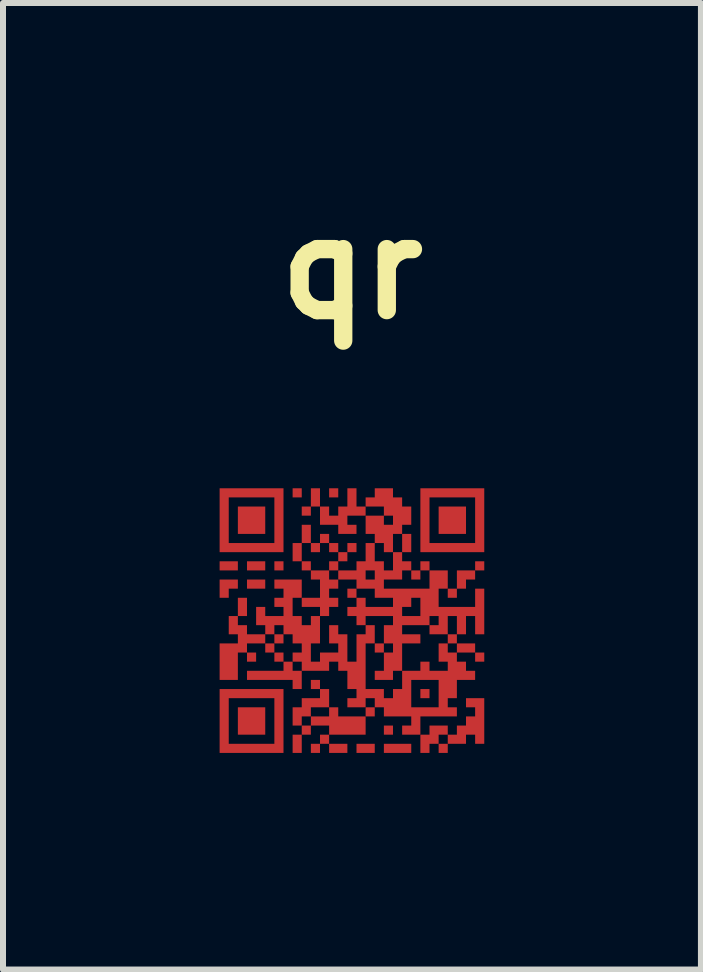
<source format=kicad_pcb>
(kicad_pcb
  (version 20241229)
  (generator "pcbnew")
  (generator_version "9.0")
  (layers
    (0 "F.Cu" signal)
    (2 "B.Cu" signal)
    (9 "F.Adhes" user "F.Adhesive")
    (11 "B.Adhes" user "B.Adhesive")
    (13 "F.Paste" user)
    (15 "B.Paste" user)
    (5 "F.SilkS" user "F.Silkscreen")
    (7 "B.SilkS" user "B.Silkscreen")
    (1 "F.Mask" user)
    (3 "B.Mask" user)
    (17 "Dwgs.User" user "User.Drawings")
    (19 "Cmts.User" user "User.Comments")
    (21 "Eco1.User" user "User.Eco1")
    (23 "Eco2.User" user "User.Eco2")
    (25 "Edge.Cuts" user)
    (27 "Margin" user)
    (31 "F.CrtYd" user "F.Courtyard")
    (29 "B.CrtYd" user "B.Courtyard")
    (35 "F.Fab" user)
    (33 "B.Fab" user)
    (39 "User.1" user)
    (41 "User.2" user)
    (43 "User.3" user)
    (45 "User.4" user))
  (footprint "qr"
    (layer "F.Cu")
    (at 2.812 7.287)
    (property "Reference" "qr" (at 0 -5.861 0) (layer "F.SilkS") (effects (font (size 1.524 1.524) (thickness 0.305))))
    (attr exclude_from_pos_files exclude_from_bom)
    (fp_poly (pts (xy -1.9 -0.836) (xy -2.204 -0.836) (xy -2.204 -0.988) (xy -1.9 -0.988) (xy -1.9 -0.836)) (stroke (width 0) (type solid)) (fill yes) (layer "F.Cu"))
    (fp_poly (pts (xy -1.748 -0.076) (xy -1.9 -0.076) (xy -1.9 -0.38) (xy -1.748 -0.38) (xy -1.748 -0.076)) (stroke (width 0) (type solid)) (fill yes) (layer "F.Cu"))
    (fp_poly (pts (xy -1.596 0.684) (xy -1.748 0.684) (xy -1.748 0.532) (xy -1.596 0.532) (xy -1.596 0.684)) (stroke (width 0) (type solid)) (fill yes) (layer "F.Cu"))
    (fp_poly (pts (xy -1.444 -1.444) (xy -1.9 -1.444) (xy -1.9 -1.9) (xy -1.444 -1.9) (xy -1.444 -1.444)) (stroke (width 0) (type solid)) (fill yes) (layer "F.Cu"))
    (fp_poly (pts (xy -1.444 -0.836) (xy -1.748 -0.836) (xy -1.748 -0.988) (xy -1.444 -0.988) (xy -1.444 -0.836)) (stroke (width 0) (type solid)) (fill yes) (layer "F.Cu"))
    (fp_poly (pts (xy -1.444 -0.532) (xy -1.748 -0.532) (xy -1.748 -0.684) (xy -1.444 -0.684) (xy -1.444 -0.532)) (stroke (width 0) (type solid)) (fill yes) (layer "F.Cu"))
    (fp_poly (pts (xy -1.444 1.9) (xy -1.9 1.9) (xy -1.9 1.444) (xy -1.444 1.444) (xy -1.444 1.9)) (stroke (width 0) (type solid)) (fill yes) (layer "F.Cu"))
    (fp_poly (pts (xy -1.292 0.532) (xy -1.444 0.532) (xy -1.444 0.38) (xy -1.292 0.38) (xy -1.292 0.532)) (stroke (width 0) (type solid)) (fill yes) (layer "F.Cu"))
    (fp_poly (pts (xy -1.14 -0.836) (xy -1.292 -0.836) (xy -1.292 -0.988) (xy -1.14 -0.988) (xy -1.14 -0.836)) (stroke (width 0) (type solid)) (fill yes) (layer "F.Cu"))
    (fp_poly (pts (xy -1.14 0.38) (xy -1.292 0.38) (xy -1.292 0.228) (xy -1.14 0.228) (xy -1.14 0.38)) (stroke (width 0) (type solid)) (fill yes) (layer "F.Cu"))
    (fp_poly (pts (xy -1.14 0.684) (xy -1.292 0.684) (xy -1.292 0.532) (xy -1.14 0.532) (xy -1.14 0.684)) (stroke (width 0) (type solid)) (fill yes) (layer "F.Cu"))
    (fp_poly (pts (xy -0.836 -2.052) (xy -0.988 -2.052) (xy -0.988 -2.204) (xy -0.836 -2.204) (xy -0.836 -2.052)) (stroke (width 0) (type solid)) (fill yes) (layer "F.Cu"))
    (fp_poly (pts (xy -0.836 -0.988) (xy -0.988 -0.988) (xy -0.988 -1.292) (xy -0.836 -1.292) (xy -0.836 -0.988)) (stroke (width 0) (type solid)) (fill yes) (layer "F.Cu"))
    (fp_poly (pts (xy -0.836 2.204) (xy -0.988 2.204) (xy -0.988 1.9) (xy -0.836 1.9) (xy -0.836 2.204)) (stroke (width 0) (type solid)) (fill yes) (layer "F.Cu"))
    (fp_poly (pts (xy -0.684 -1.748) (xy -0.836 -1.748) (xy -0.836 -1.9) (xy -0.684 -1.9) (xy -0.684 -1.748)) (stroke (width 0) (type solid)) (fill yes) (layer "F.Cu"))
    (fp_poly (pts (xy -0.684 -1.292) (xy -0.836 -1.292) (xy -0.836 -1.596) (xy -0.684 -1.596) (xy -0.684 -1.292)) (stroke (width 0) (type solid)) (fill yes) (layer "F.Cu"))
    (fp_poly (pts (xy -0.684 -0.836) (xy -0.836 -0.836) (xy -0.836 -0.988) (xy -0.684 -0.988) (xy -0.684 -0.836)) (stroke (width 0) (type solid)) (fill yes) (layer "F.Cu"))
    (fp_poly (pts (xy -0.684 1.9) (xy -0.836 1.9) (xy -0.836 1.748) (xy -0.684 1.748) (xy -0.684 1.9)) (stroke (width 0) (type solid)) (fill yes) (layer "F.Cu"))
    (fp_poly (pts (xy -0.532 -1.9) (xy -0.684 -1.9) (xy -0.684 -2.204) (xy -0.532 -2.204) (xy -0.532 -1.9)) (stroke (width 0) (type solid)) (fill yes) (layer "F.Cu"))
    (fp_poly (pts (xy -0.532 -1.14) (xy -0.684 -1.14) (xy -0.684 -1.292) (xy -0.532 -1.292) (xy -0.532 -1.14)) (stroke (width 0) (type solid)) (fill yes) (layer "F.Cu"))
    (fp_poly (pts (xy -0.532 1.14) (xy -0.684 1.14) (xy -0.684 0.988) (xy -0.532 0.988) (xy -0.532 1.14)) (stroke (width 0) (type solid)) (fill yes) (layer "F.Cu"))
    (fp_poly (pts (xy -0.532 2.204) (xy -0.684 2.204) (xy -0.684 2.052) (xy -0.532 2.052) (xy -0.532 2.204)) (stroke (width 0) (type solid)) (fill yes) (layer "F.Cu"))
    (fp_poly (pts (xy -0.38 -1.292) (xy -0.532 -1.292) (xy -0.532 -1.444) (xy -0.38 -1.444) (xy -0.38 -1.292)) (stroke (width 0) (type solid)) (fill yes) (layer "F.Cu"))
    (fp_poly (pts (xy -0.38 2.052) (xy -0.532 2.052) (xy -0.532 1.9) (xy -0.38 1.9) (xy -0.38 2.052)) (stroke (width 0) (type solid)) (fill yes) (layer "F.Cu"))
    (fp_poly (pts (xy -0.228 -2.052) (xy -0.38 -2.052) (xy -0.38 -2.204) (xy -0.228 -2.204) (xy -0.228 -2.052)) (stroke (width 0) (type solid)) (fill yes) (layer "F.Cu"))
    (fp_poly (pts (xy -0.228 -1.14) (xy -0.38 -1.14) (xy -0.38 -1.292) (xy -0.228 -1.292) (xy -0.228 -1.14)) (stroke (width 0) (type solid)) (fill yes) (layer "F.Cu"))
    (fp_poly (pts (xy -0.228 -0.836) (xy -0.38 -0.836) (xy -0.38 -0.988) (xy -0.228 -0.988) (xy -0.228 -0.836)) (stroke (width 0) (type solid)) (fill yes) (layer "F.Cu"))
    (fp_poly (pts (xy -0.076 -0.988) (xy -0.228 -0.988) (xy -0.228 -1.14) (xy -0.076 -1.14) (xy -0.076 -0.988)) (stroke (width 0) (type solid)) (fill yes) (layer "F.Cu"))
    (fp_poly (pts (xy -0.076 2.204) (xy -0.38 2.204) (xy -0.38 2.052) (xy -0.076 2.052) (xy -0.076 2.204)) (stroke (width 0) (type solid)) (fill yes) (layer "F.Cu"))
    (fp_poly (pts (xy 0.076 -1.14) (xy -0.076 -1.14) (xy -0.076 -1.292) (xy 0.076 -1.292) (xy 0.076 -1.14)) (stroke (width 0) (type solid)) (fill yes) (layer "F.Cu"))
    (fp_poly (pts (xy 0.076 -0.38) (xy -0.076 -0.38) (xy -0.076 -0.532) (xy 0.076 -0.532) (xy 0.076 -0.38)) (stroke (width 0) (type solid)) (fill yes) (layer "F.Cu"))
    (fp_poly (pts (xy 0.38 1.596) (xy 0.228 1.596) (xy 0.228 1.444) (xy 0.38 1.444) (xy 0.38 1.596)) (stroke (width 0) (type solid)) (fill yes) (layer "F.Cu"))
    (fp_poly (pts (xy 0.38 2.204) (xy 0.076 2.204) (xy 0.076 2.052) (xy 0.38 2.052) (xy 0.38 2.204)) (stroke (width 0) (type solid)) (fill yes) (layer "F.Cu"))
    (fp_poly (pts (xy 0.532 0.532) (xy 0.38 0.532) (xy 0.38 0.38) (xy 0.532 0.38) (xy 0.532 0.532)) (stroke (width 0) (type solid)) (fill yes) (layer "F.Cu"))
    (fp_poly (pts (xy 0.684 1.9) (xy 0.532 1.9) (xy 0.532 1.748) (xy 0.684 1.748) (xy 0.684 1.9)) (stroke (width 0) (type solid)) (fill yes) (layer "F.Cu"))
    (fp_poly (pts (xy 0.988 -1.14) (xy 0.836 -1.14) (xy 0.836 -1.444) (xy 0.988 -1.444) (xy 0.988 -1.14)) (stroke (width 0) (type solid)) (fill yes) (layer "F.Cu"))
    (fp_poly (pts (xy 0.988 2.204) (xy 0.532 2.204) (xy 0.532 2.052) (xy 0.988 2.052) (xy 0.988 2.204)) (stroke (width 0) (type solid)) (fill yes) (layer "F.Cu"))
    (fp_poly (pts (xy 1.14 -0.684) (xy 0.988 -0.684) (xy 0.988 -0.836) (xy 1.14 -0.836) (xy 1.14 -0.684)) (stroke (width 0) (type solid)) (fill yes) (layer "F.Cu"))
    (fp_poly (pts (xy 1.292 -0.836) (xy 1.14 -0.836) (xy 1.14 -0.988) (xy 1.292 -0.988) (xy 1.292 -0.836)) (stroke (width 0) (type solid)) (fill yes) (layer "F.Cu"))
    (fp_poly (pts (xy 1.292 1.292) (xy 1.14 1.292) (xy 1.14 1.14) (xy 1.292 1.14) (xy 1.292 1.292)) (stroke (width 0) (type solid)) (fill yes) (layer "F.Cu"))
    (fp_poly (pts (xy 1.596 2.204) (xy 1.444 2.204) (xy 1.444 2.052) (xy 1.596 2.052) (xy 1.596 2.204)) (stroke (width 0) (type solid)) (fill yes) (layer "F.Cu"))
    (fp_poly (pts (xy 1.748 -0.38) (xy 1.596 -0.38) (xy 1.596 -0.532) (xy 1.748 -0.532) (xy 1.748 -0.38)) (stroke (width 0) (type solid)) (fill yes) (layer "F.Cu"))
    (fp_poly (pts (xy 1.748 0.38) (xy 1.596 0.38) (xy 1.596 0.228) (xy 1.748 0.228) (xy 1.748 0.38)) (stroke (width 0) (type solid)) (fill yes) (layer "F.Cu"))
    (fp_poly (pts (xy 1.9 -1.444) (xy 1.444 -1.444) (xy 1.444 -1.9) (xy 1.9 -1.9) (xy 1.9 -1.444)) (stroke (width 0) (type solid)) (fill yes) (layer "F.Cu"))
    (fp_poly (pts (xy 2.052 0.532) (xy 1.748 0.532) (xy 1.748 0.38) (xy 2.052 0.38) (xy 2.052 0.532)) (stroke (width 0) (type solid)) (fill yes) (layer "F.Cu"))
    (fp_poly (pts (xy 2.204 -0.836) (xy 2.052 -0.836) (xy 2.052 -0.988) (xy 2.204 -0.988) (xy 2.204 -0.836)) (stroke (width 0) (type solid)) (fill yes) (layer "F.Cu"))
    (fp_poly (pts (xy 2.204 0.684) (xy 2.052 0.684) (xy 2.052 0.532) (xy 2.204 0.532) (xy 2.204 0.684)) (stroke (width 0) (type solid)) (fill yes) (layer "F.Cu"))
    (fp_poly (pts (xy -2.052 -0.38) (xy -2.204 -0.38) (xy -2.204 -0.684) (xy -1.9 -0.684) (xy -1.9 -0.532) (xy -2.052 -0.532) (xy -2.052 -0.38)) (stroke (width 0) (type solid)) (fill yes) (layer "F.Cu"))
    (fp_poly (pts (xy 1.9 -0.532) (xy 1.748 -0.532) (xy 1.748 -0.836) (xy 2.052 -0.836) (xy 2.052 -0.684) (xy 1.9 -0.684) (xy 1.9 -0.532)) (stroke (width 0) (type solid)) (fill yes) (layer "F.Cu"))
    (fp_poly (pts (xy -0.836 1.14) (xy -0.988 1.14) (xy -0.988 0.988) (xy -1.748 0.988) (xy -1.748 0.836) (xy -1.14 0.836) (xy -1.14 0.684) (xy -0.988 0.684) (xy -0.988 0.836) (xy -0.836 0.836) (xy -0.836 1.14)) (stroke (width 0) (type solid)) (fill yes) (layer "F.Cu"))
    (fp_poly (pts (xy 0.228 1.9) (xy -0.38 1.9) (xy -0.38 1.748) (xy -0.684 1.748) (xy -0.684 1.596) (xy -0.38 1.596) (xy -0.38 1.444) (xy -0.228 1.444) (xy -0.228 1.596) (xy 0.228 1.596) (xy 0.228 1.9)) (stroke (width 0) (type solid)) (fill yes) (layer "F.Cu"))
    (fp_poly (pts (xy 1.292 2.204) (xy 1.14 2.204) (xy 1.14 1.9) (xy 1.292 1.9) (xy 1.292 1.748) (xy 1.596 1.748) (xy 1.596 1.9) (xy 1.444 1.9) (xy 1.444 2.052) (xy 1.292 2.052) (xy 1.292 2.204)) (stroke (width 0) (type solid)) (fill yes) (layer "F.Cu"))
    (fp_poly (pts (xy -1.14 -1.14) (xy -1.292 -1.14) (xy -1.292 -1.292) (xy -1.292 -2.052) (xy -2.052 -2.052) (xy -2.052 -1.292) (xy -1.292 -1.292) (xy -1.292 -1.14) (xy -2.204 -1.14) (xy -2.204 -2.204) (xy -1.14 -2.204) (xy -1.14 -1.14)) (stroke (width 0) (type solid)) (fill yes) (layer "F.Cu"))
    (fp_poly (pts (xy -1.14 2.204) (xy -1.292 2.204) (xy -1.292 2.052) (xy -1.292 1.292) (xy -2.052 1.292) (xy -2.052 2.052) (xy -1.292 2.052) (xy -1.292 2.204) (xy -2.204 2.204) (xy -2.204 1.14) (xy -1.14 1.14) (xy -1.14 2.204)) (stroke (width 0) (type solid)) (fill yes) (layer "F.Cu"))
    (fp_poly (pts (xy 2.204 -1.14) (xy 2.052 -1.14) (xy 2.052 -1.292) (xy 2.052 -2.052) (xy 1.292 -2.052) (xy 1.292 -1.292) (xy 2.052 -1.292) (xy 2.052 -1.14) (xy 1.14 -1.14) (xy 1.14 -2.204) (xy 2.204 -2.204) (xy 2.204 -1.14)) (stroke (width 0) (type solid)) (fill yes) (layer "F.Cu"))
    (fp_poly (pts (xy -0.836 1.748) (xy -0.988 1.748) (xy -0.988 1.444) (xy -0.836 1.444) (xy -0.836 1.292) (xy -0.532 1.292) (xy -0.532 1.14) (xy -0.38 1.14) (xy -0.38 1.444) (xy -0.684 1.444) (xy -0.684 1.596) (xy -0.836 1.596) (xy -0.836 1.748)) (stroke (width 0) (type solid)) (fill yes) (layer "F.Cu"))
    (fp_poly (pts (xy -1.9 0.988) (xy -2.204 0.988) (xy -2.204 0.38) (xy -1.9 0.38) (xy -1.9 0.228) (xy -2.052 0.228) (xy -2.052 -0.076) (xy -1.9 -0.076) (xy -1.9 0.076) (xy -1.748 0.076) (xy -1.748 0.228) (xy -1.444 0.228) (xy -1.444 0.38) (xy -1.748 0.38) (xy -1.748 0.532) (xy -1.9 0.532) (xy -1.9 0.988)) (stroke (width 0) (type solid)) (fill yes) (layer "F.Cu"))
    (fp_poly (pts (xy 2.204 2.052) (xy 2.052 2.052) (xy 2.052 1.9) (xy 1.9 1.9) (xy 1.9 2.052) (xy 1.596 2.052) (xy 1.596 1.9) (xy 1.748 1.9) (xy 1.748 1.748) (xy 1.9 1.748) (xy 1.9 1.596) (xy 2.052 1.596) (xy 2.052 1.444) (xy 1.9 1.444) (xy 1.9 1.292) (xy 2.204 1.292) (xy 2.204 2.052)) (stroke (width 0) (type solid)) (fill yes) (layer "F.Cu"))
    (fp_poly (pts (xy -0.38 -0.076) (xy -0.532 -0.076) (xy -0.532 -0.228) (xy -0.836 -0.228) (xy -0.836 -0.38) (xy -0.532 -0.38) (xy -0.532 -0.684) (xy -0.684 -0.684) (xy -0.684 -0.836) (xy -0.38 -0.836) (xy -0.38 -0.684) (xy -0.228 -0.684) (xy -0.228 -0.532) (xy -0.38 -0.532) (xy -0.38 -0.38) (xy -0.228 -0.38) (xy -0.228 -0.228) (xy -0.38 -0.228) (xy -0.38 -0.076)) (stroke (width 0) (type solid)) (fill yes) (layer "F.Cu"))
    (fp_poly (pts (xy 0.076 -1.444) (xy -0.228 -1.444) (xy -0.228 -1.596) (xy -0.532 -1.596) (xy -0.532 -1.9) (xy -0.38 -1.9) (xy -0.38 -1.748) (xy -0.228 -1.748) (xy -0.228 -1.9) (xy -0.076 -1.9) (xy -0.076 -2.204) (xy 0.076 -2.204) (xy 0.076 -1.9) (xy 0.228 -1.9) (xy 0.228 -1.748) (xy -0.076 -1.748) (xy -0.076 -1.596) (xy 0.076 -1.596) (xy 0.076 -1.444)) (stroke (width 0) (type solid)) (fill yes) (layer "F.Cu"))
    (fp_poly (pts (xy 0.684 -1.14) (xy 0.532 -1.14) (xy 0.532 -1.292) (xy 0.38 -1.292) (xy 0.38 -1.444) (xy 0.228 -1.444) (xy 0.228 -1.748) (xy 0.532 -1.748) (xy 0.532 -1.596) (xy 0.684 -1.596) (xy 0.684 -1.748) (xy 0.532 -1.748) (xy 0.532 -1.9) (xy 0.228 -1.9) (xy 0.228 -2.052) (xy 0.38 -2.052) (xy 0.38 -2.204) (xy 0.684 -2.204) (xy 0.684 -2.052) (xy 0.836 -2.052) (xy 0.836 -1.9) (xy 0.988 -1.9) (xy 0.988 -1.596) (xy 0.836 -1.596) (xy 0.836 -1.444) (xy 0.684 -1.444) (xy 0.684 -1.14)) (stroke (width 0) (type solid)) (fill yes) (layer "F.Cu"))
    (fp_poly (pts (xy 0.684 0.988) (xy 0.38 0.988) (xy 0.38 0.836) (xy 0.532 0.836) (xy 0.532 0.532) (xy 0.684 0.532) (xy 0.684 0.38) (xy 0.532 0.38) (xy 0.532 0.076) (xy 0.684 0.076) (xy 0.684 -0.076) (xy 0.228 -0.076) (xy 0.228 0.076) (xy 0.076 0.076) (xy 0.076 -0.076) (xy -0.076 -0.076) (xy -0.076 -0.228) (xy 0.076 -0.228) (xy 0.076 -0.38) (xy 0.228 -0.38) (xy 0.228 -0.228) (xy 0.684 -0.228) (xy 0.684 -0.38) (xy 0.38 -0.38) (xy 0.38 -0.532) (xy 0.38 -0.684) (xy 0.38 -0.836) (xy 0.228 -0.836) (xy 0.228 -0.684) (xy 0.38 -0.684) (xy 0.38 -0.532) (xy 0.076 -0.532) (xy 0.076 -0.684) (xy -0.228 -0.684) (xy -0.228 -0.836) (xy 0.076 -0.836) (xy 0.076 -0.988) (xy 0.228 -0.988) (xy 0.228 -1.292) (xy 0.38 -1.292) (xy 0.38 -0.988) (xy 0.532 -0.988) (xy 0.532 -0.836) (xy 0.684 -0.836) (xy 0.684 -1.14) (xy 0.836 -1.14) (xy 0.836 -0.988) (xy 0.988 -0.988) (xy 0.988 -0.836) (xy 0.836 -0.836) (xy 0.836 -0.684) (xy 0.532 -0.684) (xy 0.532 -0.532) (xy 1.292 -0.532) (xy 1.292 -0.836) (xy 1.596 -0.836) (xy 1.596 -0.532) (xy 1.444 -0.532) (xy 1.444 -0.228) (xy 2.052 -0.228) (xy 2.052 -0.532) (xy 2.204 -0.532) (xy 2.204 0.228) (xy 2.052 0.228) (xy 2.052 -0.076) (xy 1.9 -0.076) (xy 1.9 0.228) (xy 1.748 0.228) (xy 1.748 -0.076) (xy 1.596 -0.076) (xy 1.596 0.228) (xy 1.292 0.228) (xy 1.292 0.076) (xy 1.444 0.076) (xy 1.444 -0.076) (xy 1.292 -0.076) (xy 1.292 0.076) (xy 1.14 0.076) (xy 1.14 -0.076) (xy 1.14 -0.38) (xy 0.988 -0.38) (xy 0.988 -0.228) (xy 0.836 -0.228) (xy 0.836 -0.076) (xy 1.14 -0.076) (xy 1.14 0.076) (xy 0.836 0.076) (xy 0.836 0.228) (xy 1.14 0.228) (xy 1.14 0.38) (xy 0.836 0.38) (xy 0.836 0.836) (xy 0.684 0.836) (xy 0.684 0.988)) (stroke (width 0) (type solid)) (fill yes) (layer "F.Cu"))
    (fp_poly (pts (xy 1.14 1.9) (xy 0.836 1.9) (xy 0.836 1.748) (xy 0.988 1.748) (xy 0.988 1.596) (xy 0.532 1.596) (xy 0.532 1.444) (xy 0.38 1.444) (xy 0.38 1.292) (xy 0.228 1.292) (xy 0.228 1.444) (xy -0.076 1.444) (xy -0.076 1.292) (xy 0.076 1.292) (xy 0.076 1.14) (xy -0.076 1.14) (xy -0.076 0.836) (xy -0.228 0.836) (xy -0.228 0.684) (xy -0.38 0.684) (xy -0.38 0.836) (xy -0.836 0.836) (xy -0.836 0.684) (xy -0.988 0.684) (xy -0.988 0.532) (xy -0.836 0.532) (xy -0.836 0.38) (xy -0.988 0.38) (xy -0.988 0.228) (xy -1.14 0.228) (xy -1.14 0.076) (xy -1.292 0.076) (xy -1.292 0.228) (xy -1.444 0.228) (xy -1.444 0.076) (xy -1.596 0.076) (xy -1.596 -0.228) (xy -1.444 -0.228) (xy -1.444 -0.076) (xy -1.14 -0.076) (xy -1.14 -0.228) (xy -1.292 -0.228) (xy -1.292 -0.38) (xy -1.14 -0.38) (xy -1.14 -0.532) (xy -1.292 -0.532) (xy -1.292 -0.684) (xy -0.836 -0.684) (xy -0.836 -0.38) (xy -0.988 -0.38) (xy -0.988 -0.076) (xy -0.836 -0.076) (xy -0.836 0.076) (xy -0.684 0.076) (xy -0.684 -0.076) (xy -0.532 -0.076) (xy -0.532 0.38) (xy -0.684 0.38) (xy -0.684 0.684) (xy -0.532 0.684) (xy -0.532 0.532) (xy -0.228 0.532) (xy -0.228 0.38) (xy -0.38 0.38) (xy -0.38 0.076) (xy -0.228 0.076) (xy -0.228 0.228) (xy -0.076 0.228) (xy -0.076 0.684) (xy 0.076 0.684) (xy 0.076 0.228) (xy 0.228 0.228) (xy 0.228 0.076) (xy 0.38 0.076) (xy 0.38 0.38) (xy 0.228 0.38) (xy 0.228 1.14) (xy 0.532 1.14) (xy 0.532 1.292) (xy 0.684 1.292) (xy 0.684 1.14) (xy 0.836 1.14) (xy 0.836 0.836) (xy 1.14 0.836) (xy 1.14 0.684) (xy 1.292 0.684) (xy 1.292 0.836) (xy 1.596 0.836) (xy 1.596 0.684) (xy 1.444 0.684) (xy 1.444 0.38) (xy 1.596 0.38) (xy 1.596 0.532) (xy 1.748 0.532) (xy 1.748 0.684) (xy 1.9 0.684) (xy 1.9 0.836) (xy 2.052 0.836) (xy 2.052 0.988) (xy 1.748 0.988) (xy 1.748 1.292) (xy 1.596 1.292) (xy 1.596 1.444) (xy 1.748 1.444) (xy 1.748 1.596) (xy 1.444 1.596) (xy 1.444 1.444) (xy 1.444 0.988) (xy 0.988 0.988) (xy 0.988 1.444) (xy 1.444 1.444) (xy 1.444 1.596) (xy 1.14 1.596) (xy 1.14 1.9)) (stroke (width 0) (type solid)) (fill yes) (layer "F.Cu"))
    (fp_poly (pts (xy -2.812 -2.812) (xy -2.812 2.812) (xy 2.812 2.812) (xy 2.812 -2.812) (xy -2.812 -2.812)) (stroke (width 0) (type solid)) (fill yes) (layer "F.Mask"))
    (zone (net_name "") (layer "F.Cu") (hatch full 0.508) (connect_pads) (min_thickness 0.254) (filled_areas_thickness no) (keepout (tracks not_allowed) (vias not_allowed) (pads not_allowed) (copperpour not_allowed) (footprints not_allowed)) (placement (enabled no)) (fill) (polygon (pts (xy 0 4.474) (xy 0 10.099) (xy 5.625 10.099) (xy 5.625 4.474)))))
  (gr_rect
    (start -3 -3)
    (end 8.625 13.099)
    (stroke (width 0.1) (type default))
    (fill no)
    (layer "Edge.Cuts")))
</source>
